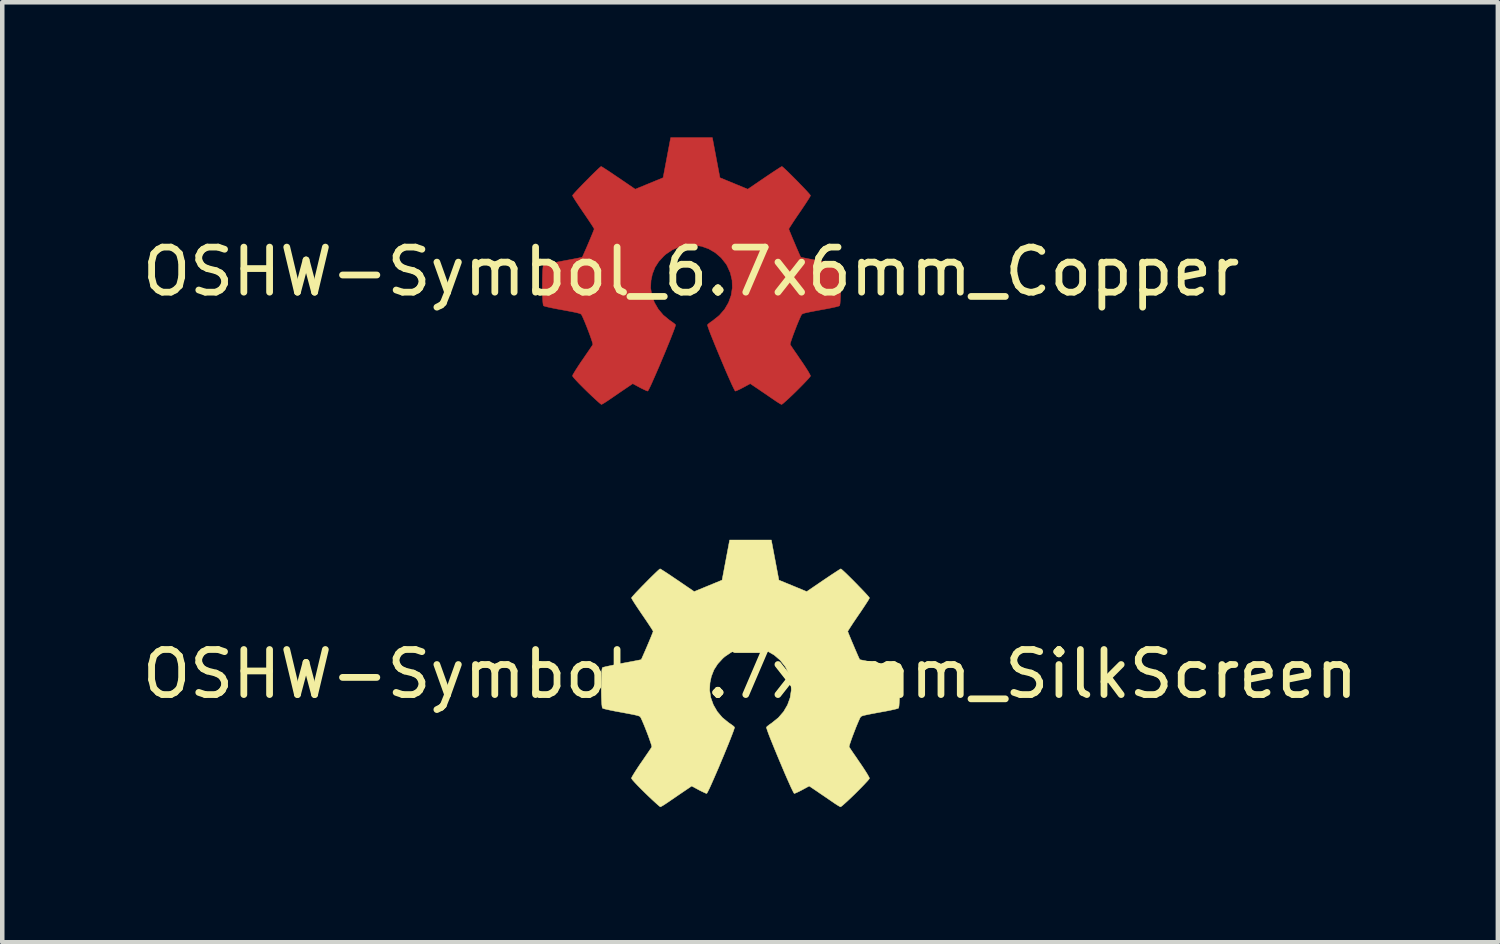
<source format=kicad_pcb>
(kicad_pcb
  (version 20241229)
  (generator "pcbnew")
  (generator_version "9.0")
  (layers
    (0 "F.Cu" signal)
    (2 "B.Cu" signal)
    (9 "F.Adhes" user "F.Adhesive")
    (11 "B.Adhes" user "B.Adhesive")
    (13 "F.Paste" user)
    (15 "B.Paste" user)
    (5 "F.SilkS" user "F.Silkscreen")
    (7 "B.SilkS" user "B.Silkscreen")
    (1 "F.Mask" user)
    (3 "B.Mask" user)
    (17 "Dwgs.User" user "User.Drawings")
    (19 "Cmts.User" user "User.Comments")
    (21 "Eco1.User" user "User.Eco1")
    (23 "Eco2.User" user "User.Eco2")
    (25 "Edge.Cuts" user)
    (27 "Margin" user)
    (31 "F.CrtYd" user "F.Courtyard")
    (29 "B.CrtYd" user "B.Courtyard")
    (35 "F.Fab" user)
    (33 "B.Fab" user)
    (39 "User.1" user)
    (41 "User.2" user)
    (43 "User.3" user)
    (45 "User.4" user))
  (footprint "OSHW-Symbol_6.7x6mm_SilkScreen"
    (layer "F.Cu")
    (at 13.601 11.914)
    (property "Reference" "OSHW-Symbol_6.7x6mm_SilkScreen" (at 0 0 0) (layer "F.SilkS") (effects (font (size 1 1) (thickness 0.15))))
    (attr exclude_from_pos_files exclude_from_bom)
    (fp_poly (pts (xy 0.556 -2.531) (xy 0.64 -2.086) (xy 0.949 -1.959) (xy 1.258 -1.831) (xy 1.629 -2.084) (xy 1.733 -2.154) (xy 1.827 -2.217) (xy 1.907 -2.269) (xy 1.967 -2.308) (xy 2.005 -2.331) (xy 2.015 -2.336) (xy 2.034 -2.323) (xy 2.073 -2.288) (xy 2.13 -2.235) (xy 2.198 -2.168) (xy 2.274 -2.093) (xy 2.353 -2.013) (xy 2.431 -1.932) (xy 2.504 -1.857) (xy 2.567 -1.79) (xy 2.615 -1.737) (xy 2.644 -1.702) (xy 2.651 -1.69) (xy 2.641 -1.669) (xy 2.613 -1.621) (xy 2.569 -1.553) (xy 2.513 -1.468) (xy 2.448 -1.371) (xy 2.41 -1.316) (xy 2.341 -1.215) (xy 2.28 -1.124) (xy 2.23 -1.047) (xy 2.193 -0.989) (xy 2.172 -0.955) (xy 2.169 -0.948) (xy 2.176 -0.927) (xy 2.195 -0.879) (xy 2.223 -0.811) (xy 2.257 -0.729) (xy 2.295 -0.64) (xy 2.333 -0.55) (xy 2.369 -0.467) (xy 2.4 -0.396) (xy 2.423 -0.346) (xy 2.435 -0.322) (xy 2.436 -0.321) (xy 2.455 -0.316) (xy 2.505 -0.306) (xy 2.581 -0.291) (xy 2.678 -0.272) (xy 2.791 -0.251) (xy 2.856 -0.239) (xy 2.977 -0.216) (xy 3.086 -0.194) (xy 3.177 -0.174) (xy 3.246 -0.158) (xy 3.287 -0.147) (xy 3.296 -0.143) (xy 3.304 -0.119) (xy 3.31 -0.064) (xy 3.315 0.015) (xy 3.318 0.112) (xy 3.32 0.22) (xy 3.321 0.333) (xy 3.319 0.445) (xy 3.317 0.549) (xy 3.312 0.638) (xy 3.307 0.707) (xy 3.299 0.748) (xy 3.295 0.757) (xy 3.269 0.767) (xy 3.213 0.782) (xy 3.136 0.799) (xy 3.044 0.818) (xy 3.012 0.824) (xy 2.858 0.852) (xy 2.735 0.875) (xy 2.642 0.893) (xy 2.572 0.908) (xy 2.523 0.919) (xy 2.491 0.929) (xy 2.471 0.938) (xy 2.459 0.947) (xy 2.457 0.948) (xy 2.44 0.976) (xy 2.415 1.031) (xy 2.383 1.105) (xy 2.347 1.192) (xy 2.311 1.286) (xy 2.275 1.379) (xy 2.244 1.466) (xy 2.219 1.539) (xy 2.203 1.592) (xy 2.199 1.618) (xy 2.2 1.619) (xy 2.214 1.64) (xy 2.245 1.687) (xy 2.291 1.755) (xy 2.349 1.838) (xy 2.413 1.933) (xy 2.432 1.96) (xy 2.498 2.057) (xy 2.556 2.146) (xy 2.603 2.221) (xy 2.635 2.278) (xy 2.651 2.311) (xy 2.651 2.315) (xy 2.638 2.336) (xy 2.603 2.377) (xy 2.549 2.435) (xy 2.482 2.505) (xy 2.406 2.582) (xy 2.326 2.662) (xy 2.245 2.74) (xy 2.17 2.811) (xy 2.103 2.872) (xy 2.051 2.918) (xy 2.017 2.944) (xy 2.008 2.948) (xy 1.986 2.938) (xy 1.941 2.911) (xy 1.88 2.872) (xy 1.834 2.84) (xy 1.749 2.782) (xy 1.65 2.714) (xy 1.549 2.646) (xy 1.496 2.609) (xy 1.313 2.486) (xy 1.16 2.569) (xy 1.091 2.605) (xy 1.031 2.633) (xy 0.991 2.649) (xy 0.981 2.651) (xy 0.969 2.635) (xy 0.945 2.588) (xy 0.91 2.516) (xy 0.868 2.422) (xy 0.818 2.31) (xy 0.764 2.186) (xy 0.708 2.053) (xy 0.65 1.916) (xy 0.593 1.779) (xy 0.538 1.646) (xy 0.488 1.522) (xy 0.443 1.411) (xy 0.407 1.317) (xy 0.381 1.244) (xy 0.366 1.197) (xy 0.363 1.181) (xy 0.382 1.16) (xy 0.424 1.127) (xy 0.48 1.088) (xy 0.484 1.085) (xy 0.628 0.969) (xy 0.744 0.835) (xy 0.831 0.686) (xy 0.889 0.526) (xy 0.915 0.36) (xy 0.91 0.192) (xy 0.871 0.026) (xy 0.799 -0.134) (xy 0.778 -0.169) (xy 0.667 -0.309) (xy 0.536 -0.422) (xy 0.39 -0.507) (xy 0.233 -0.563) (xy 0.069 -0.589) (xy -0.097 -0.585) (xy -0.26 -0.551) (xy -0.416 -0.485) (xy -0.56 -0.388) (xy -0.605 -0.348) (xy -0.719 -0.224) (xy -0.802 -0.094) (xy -0.859 0.052) (xy -0.89 0.197) (xy -0.898 0.36) (xy -0.872 0.523) (xy -0.815 0.682) (xy -0.729 0.831) (xy -0.617 0.964) (xy -0.482 1.075) (xy -0.464 1.087) (xy -0.408 1.126) (xy -0.365 1.159) (xy -0.345 1.18) (xy -0.344 1.181) (xy -0.349 1.204) (xy -0.366 1.256) (xy -0.395 1.333) (xy -0.433 1.431) (xy -0.478 1.545) (xy -0.53 1.672) (xy -0.585 1.806) (xy -0.643 1.943) (xy -0.7 2.08) (xy -0.757 2.211) (xy -0.81 2.333) (xy -0.858 2.441) (xy -0.899 2.532) (xy -0.932 2.599) (xy -0.954 2.64) (xy -0.963 2.651) (xy -0.99 2.643) (xy -1.04 2.62) (xy -1.106 2.588) (xy -1.142 2.569) (xy -1.295 2.486) (xy -1.477 2.609) (xy -1.57 2.672) (xy -1.672 2.742) (xy -1.767 2.807) (xy -1.815 2.84) (xy -1.882 2.885) (xy -1.939 2.921) (xy -1.979 2.943) (xy -1.991 2.948) (xy -2.01 2.935) (xy -2.051 2.9) (xy -2.11 2.847) (xy -2.185 2.778) (xy -2.269 2.698) (xy -2.323 2.646) (xy -2.416 2.554) (xy -2.497 2.472) (xy -2.562 2.403) (xy -2.608 2.351) (xy -2.631 2.319) (xy -2.633 2.312) (xy -2.623 2.287) (xy -2.594 2.237) (xy -2.551 2.167) (xy -2.496 2.082) (xy -2.432 1.986) (xy -2.413 1.96) (xy -2.347 1.863) (xy -2.287 1.776) (xy -2.238 1.704) (xy -2.202 1.65) (xy -2.183 1.622) (xy -2.181 1.619) (xy -2.184 1.596) (xy -2.199 1.545) (xy -2.223 1.474) (xy -2.253 1.389) (xy -2.288 1.296) (xy -2.325 1.202) (xy -2.361 1.113) (xy -2.393 1.038) (xy -2.419 0.981) (xy -2.437 0.95) (xy -2.438 0.948) (xy -2.449 0.94) (xy -2.468 0.931) (xy -2.498 0.921) (xy -2.543 0.91) (xy -2.608 0.896) (xy -2.697 0.879) (xy -2.813 0.857) (xy -2.962 0.83) (xy -2.994 0.824) (xy -3.089 0.805) (xy -3.172 0.787) (xy -3.235 0.772) (xy -3.271 0.76) (xy -3.276 0.757) (xy -3.284 0.732) (xy -3.291 0.677) (xy -3.296 0.597) (xy -3.3 0.5) (xy -3.302 0.392) (xy -3.302 0.279) (xy -3.301 0.167) (xy -3.298 0.064) (xy -3.294 -0.026) (xy -3.289 -0.094) (xy -3.281 -0.135) (xy -3.277 -0.143) (xy -3.253 -0.152) (xy -3.197 -0.166) (xy -3.117 -0.183) (xy -3.016 -0.204) (xy -2.901 -0.227) (xy -2.838 -0.239) (xy -2.719 -0.261) (xy -2.613 -0.281) (xy -2.524 -0.298) (xy -2.46 -0.311) (xy -2.423 -0.319) (xy -2.417 -0.321) (xy -2.407 -0.34) (xy -2.386 -0.387) (xy -2.356 -0.455) (xy -2.32 -0.537) (xy -2.282 -0.626) (xy -2.244 -0.716) (xy -2.209 -0.8) (xy -2.18 -0.871) (xy -2.16 -0.922) (xy -2.151 -0.948) (xy -2.151 -0.949) (xy -2.161 -0.968) (xy -2.189 -1.014) (xy -2.233 -1.081) (xy -2.289 -1.165) (xy -2.354 -1.261) (xy -2.392 -1.316) (xy -2.461 -1.418) (xy -2.522 -1.509) (xy -2.573 -1.587) (xy -2.61 -1.647) (xy -2.63 -1.683) (xy -2.633 -1.691) (xy -2.62 -1.709) (xy -2.585 -1.75) (xy -2.533 -1.807) (xy -2.467 -1.876) (xy -2.393 -1.953) (xy -2.314 -2.033) (xy -2.235 -2.113) (xy -2.16 -2.187) (xy -2.095 -2.25) (xy -2.043 -2.299) (xy -2.008 -2.329) (xy -1.996 -2.336) (xy -1.978 -2.326) (xy -1.933 -2.298) (xy -1.866 -2.255) (xy -1.781 -2.199) (xy -1.684 -2.133) (xy -1.611 -2.084) (xy -1.24 -1.831) (xy -0.621 -2.086) (xy -0.537 -2.531) (xy -0.453 -2.976) (xy 0.472 -2.976) (xy 0.556 -2.531)) (stroke (width 0.01) (type solid)) (fill yes) (layer "F.SilkS")))
  (footprint "OSHW-Symbol_6.7x6mm_Copper"
    (layer "F.Cu")
    (at 12.292 2.981)
    (property "Reference" "OSHW-Symbol_6.7x6mm_Copper" (at 0 0 0) (layer "F.SilkS") (effects (font (size 1 1) (thickness 0.15))))
    (attr exclude_from_pos_files exclude_from_bom)
    (fp_poly (pts (xy 0.556 -2.531) (xy 0.64 -2.086) (xy 0.949 -1.959) (xy 1.258 -1.831) (xy 1.629 -2.084) (xy 1.733 -2.154) (xy 1.827 -2.217) (xy 1.907 -2.269) (xy 1.967 -2.308) (xy 2.005 -2.331) (xy 2.015 -2.336) (xy 2.034 -2.323) (xy 2.073 -2.288) (xy 2.13 -2.235) (xy 2.198 -2.168) (xy 2.274 -2.093) (xy 2.353 -2.013) (xy 2.431 -1.932) (xy 2.504 -1.857) (xy 2.567 -1.79) (xy 2.615 -1.737) (xy 2.644 -1.702) (xy 2.651 -1.69) (xy 2.641 -1.669) (xy 2.613 -1.621) (xy 2.569 -1.553) (xy 2.513 -1.468) (xy 2.448 -1.371) (xy 2.41 -1.316) (xy 2.341 -1.215) (xy 2.28 -1.124) (xy 2.23 -1.047) (xy 2.193 -0.989) (xy 2.172 -0.955) (xy 2.169 -0.948) (xy 2.176 -0.927) (xy 2.195 -0.879) (xy 2.223 -0.811) (xy 2.257 -0.729) (xy 2.295 -0.64) (xy 2.333 -0.55) (xy 2.369 -0.467) (xy 2.4 -0.396) (xy 2.423 -0.346) (xy 2.435 -0.322) (xy 2.436 -0.321) (xy 2.455 -0.316) (xy 2.505 -0.306) (xy 2.581 -0.291) (xy 2.678 -0.272) (xy 2.791 -0.251) (xy 2.856 -0.239) (xy 2.977 -0.216) (xy 3.086 -0.194) (xy 3.177 -0.174) (xy 3.246 -0.158) (xy 3.287 -0.147) (xy 3.296 -0.143) (xy 3.304 -0.119) (xy 3.31 -0.064) (xy 3.315 0.015) (xy 3.318 0.112) (xy 3.32 0.22) (xy 3.321 0.333) (xy 3.319 0.445) (xy 3.317 0.549) (xy 3.312 0.638) (xy 3.307 0.707) (xy 3.299 0.748) (xy 3.295 0.757) (xy 3.269 0.767) (xy 3.213 0.782) (xy 3.136 0.799) (xy 3.044 0.818) (xy 3.012 0.824) (xy 2.858 0.852) (xy 2.735 0.875) (xy 2.642 0.893) (xy 2.572 0.908) (xy 2.523 0.919) (xy 2.491 0.929) (xy 2.471 0.938) (xy 2.459 0.947) (xy 2.457 0.948) (xy 2.44 0.976) (xy 2.415 1.031) (xy 2.383 1.105) (xy 2.347 1.192) (xy 2.311 1.286) (xy 2.275 1.379) (xy 2.244 1.466) (xy 2.219 1.539) (xy 2.203 1.592) (xy 2.199 1.618) (xy 2.2 1.619) (xy 2.214 1.64) (xy 2.245 1.687) (xy 2.291 1.755) (xy 2.349 1.838) (xy 2.413 1.933) (xy 2.432 1.96) (xy 2.498 2.057) (xy 2.556 2.146) (xy 2.603 2.221) (xy 2.635 2.278) (xy 2.651 2.311) (xy 2.651 2.315) (xy 2.638 2.336) (xy 2.603 2.377) (xy 2.549 2.435) (xy 2.482 2.505) (xy 2.406 2.582) (xy 2.326 2.662) (xy 2.245 2.74) (xy 2.17 2.811) (xy 2.103 2.872) (xy 2.051 2.918) (xy 2.017 2.944) (xy 2.008 2.948) (xy 1.986 2.938) (xy 1.941 2.911) (xy 1.88 2.872) (xy 1.834 2.84) (xy 1.749 2.782) (xy 1.65 2.714) (xy 1.549 2.646) (xy 1.496 2.609) (xy 1.313 2.486) (xy 1.16 2.569) (xy 1.091 2.605) (xy 1.031 2.633) (xy 0.991 2.649) (xy 0.981 2.651) (xy 0.969 2.635) (xy 0.945 2.588) (xy 0.91 2.516) (xy 0.868 2.422) (xy 0.818 2.31) (xy 0.764 2.186) (xy 0.708 2.053) (xy 0.65 1.916) (xy 0.593 1.779) (xy 0.538 1.646) (xy 0.488 1.522) (xy 0.443 1.411) (xy 0.407 1.317) (xy 0.381 1.244) (xy 0.366 1.197) (xy 0.363 1.181) (xy 0.382 1.16) (xy 0.424 1.127) (xy 0.48 1.088) (xy 0.484 1.085) (xy 0.628 0.969) (xy 0.744 0.835) (xy 0.831 0.686) (xy 0.889 0.526) (xy 0.915 0.36) (xy 0.91 0.192) (xy 0.871 0.026) (xy 0.799 -0.134) (xy 0.778 -0.169) (xy 0.667 -0.309) (xy 0.536 -0.422) (xy 0.39 -0.507) (xy 0.233 -0.563) (xy 0.069 -0.589) (xy -0.097 -0.585) (xy -0.26 -0.551) (xy -0.416 -0.485) (xy -0.56 -0.388) (xy -0.605 -0.348) (xy -0.719 -0.224) (xy -0.802 -0.094) (xy -0.859 0.052) (xy -0.89 0.197) (xy -0.898 0.36) (xy -0.872 0.523) (xy -0.815 0.682) (xy -0.729 0.831) (xy -0.617 0.964) (xy -0.482 1.075) (xy -0.464 1.087) (xy -0.408 1.126) (xy -0.365 1.159) (xy -0.345 1.18) (xy -0.344 1.181) (xy -0.349 1.204) (xy -0.366 1.256) (xy -0.395 1.333) (xy -0.433 1.431) (xy -0.478 1.545) (xy -0.53 1.672) (xy -0.585 1.806) (xy -0.643 1.943) (xy -0.7 2.08) (xy -0.757 2.211) (xy -0.81 2.333) (xy -0.858 2.441) (xy -0.899 2.532) (xy -0.932 2.599) (xy -0.954 2.64) (xy -0.963 2.651) (xy -0.99 2.643) (xy -1.04 2.62) (xy -1.106 2.588) (xy -1.142 2.569) (xy -1.295 2.486) (xy -1.477 2.609) (xy -1.57 2.672) (xy -1.672 2.742) (xy -1.767 2.807) (xy -1.815 2.84) (xy -1.882 2.885) (xy -1.939 2.921) (xy -1.979 2.943) (xy -1.991 2.948) (xy -2.01 2.935) (xy -2.051 2.9) (xy -2.11 2.847) (xy -2.185 2.778) (xy -2.269 2.698) (xy -2.323 2.646) (xy -2.416 2.554) (xy -2.497 2.472) (xy -2.562 2.403) (xy -2.608 2.351) (xy -2.631 2.319) (xy -2.633 2.312) (xy -2.623 2.287) (xy -2.594 2.237) (xy -2.551 2.167) (xy -2.496 2.082) (xy -2.432 1.986) (xy -2.413 1.96) (xy -2.347 1.863) (xy -2.287 1.776) (xy -2.238 1.704) (xy -2.202 1.65) (xy -2.183 1.622) (xy -2.181 1.619) (xy -2.184 1.596) (xy -2.199 1.545) (xy -2.223 1.474) (xy -2.253 1.389) (xy -2.288 1.296) (xy -2.325 1.202) (xy -2.361 1.113) (xy -2.393 1.038) (xy -2.419 0.981) (xy -2.437 0.95) (xy -2.438 0.948) (xy -2.449 0.94) (xy -2.468 0.931) (xy -2.498 0.921) (xy -2.543 0.91) (xy -2.608 0.896) (xy -2.697 0.879) (xy -2.813 0.857) (xy -2.962 0.83) (xy -2.994 0.824) (xy -3.089 0.805) (xy -3.172 0.787) (xy -3.235 0.772) (xy -3.271 0.76) (xy -3.276 0.757) (xy -3.284 0.732) (xy -3.291 0.677) (xy -3.296 0.597) (xy -3.3 0.5) (xy -3.302 0.392) (xy -3.302 0.279) (xy -3.301 0.167) (xy -3.298 0.064) (xy -3.294 -0.026) (xy -3.289 -0.094) (xy -3.281 -0.135) (xy -3.277 -0.143) (xy -3.253 -0.152) (xy -3.197 -0.166) (xy -3.117 -0.183) (xy -3.016 -0.204) (xy -2.901 -0.227) (xy -2.838 -0.239) (xy -2.719 -0.261) (xy -2.613 -0.281) (xy -2.524 -0.298) (xy -2.46 -0.311) (xy -2.423 -0.319) (xy -2.417 -0.321) (xy -2.407 -0.34) (xy -2.386 -0.387) (xy -2.356 -0.455) (xy -2.32 -0.537) (xy -2.282 -0.626) (xy -2.244 -0.716) (xy -2.209 -0.8) (xy -2.18 -0.871) (xy -2.16 -0.922) (xy -2.151 -0.948) (xy -2.151 -0.949) (xy -2.161 -0.968) (xy -2.189 -1.014) (xy -2.233 -1.081) (xy -2.289 -1.165) (xy -2.354 -1.261) (xy -2.392 -1.316) (xy -2.461 -1.418) (xy -2.522 -1.509) (xy -2.573 -1.587) (xy -2.61 -1.647) (xy -2.63 -1.683) (xy -2.633 -1.691) (xy -2.62 -1.709) (xy -2.585 -1.75) (xy -2.533 -1.807) (xy -2.467 -1.876) (xy -2.393 -1.953) (xy -2.314 -2.033) (xy -2.235 -2.113) (xy -2.16 -2.187) (xy -2.095 -2.25) (xy -2.043 -2.299) (xy -2.008 -2.329) (xy -1.996 -2.336) (xy -1.978 -2.326) (xy -1.933 -2.298) (xy -1.866 -2.255) (xy -1.781 -2.199) (xy -1.684 -2.133) (xy -1.611 -2.084) (xy -1.24 -1.831) (xy -0.621 -2.086) (xy -0.537 -2.531) (xy -0.453 -2.976) (xy 0.472 -2.976) (xy 0.556 -2.531)) (stroke (width 0.01) (type solid)) (fill yes) (layer "F.Cu")))
  (gr_rect
    (start -3 -3)
    (end 30.202 17.867)
    (stroke (width 0.1) (type default))
    (fill no)
    (layer "Edge.Cuts")))
</source>
